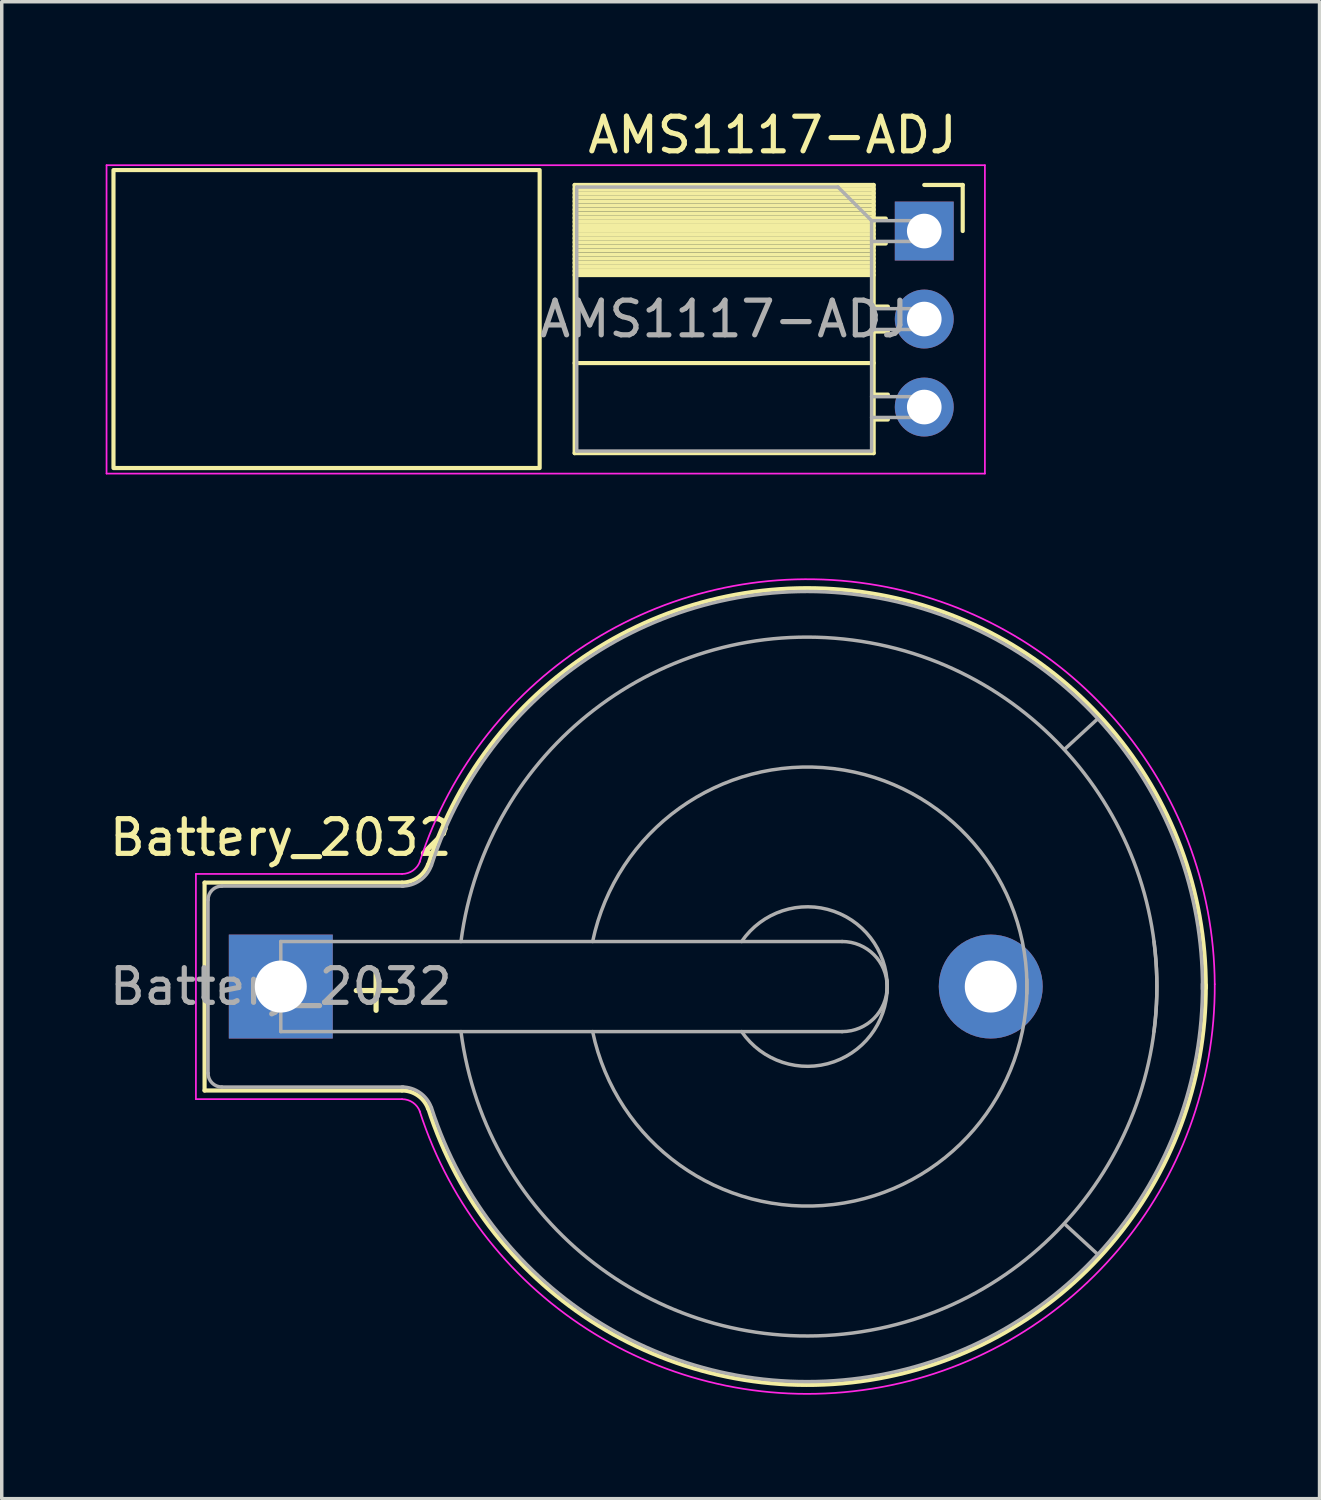
<source format=kicad_pcb>
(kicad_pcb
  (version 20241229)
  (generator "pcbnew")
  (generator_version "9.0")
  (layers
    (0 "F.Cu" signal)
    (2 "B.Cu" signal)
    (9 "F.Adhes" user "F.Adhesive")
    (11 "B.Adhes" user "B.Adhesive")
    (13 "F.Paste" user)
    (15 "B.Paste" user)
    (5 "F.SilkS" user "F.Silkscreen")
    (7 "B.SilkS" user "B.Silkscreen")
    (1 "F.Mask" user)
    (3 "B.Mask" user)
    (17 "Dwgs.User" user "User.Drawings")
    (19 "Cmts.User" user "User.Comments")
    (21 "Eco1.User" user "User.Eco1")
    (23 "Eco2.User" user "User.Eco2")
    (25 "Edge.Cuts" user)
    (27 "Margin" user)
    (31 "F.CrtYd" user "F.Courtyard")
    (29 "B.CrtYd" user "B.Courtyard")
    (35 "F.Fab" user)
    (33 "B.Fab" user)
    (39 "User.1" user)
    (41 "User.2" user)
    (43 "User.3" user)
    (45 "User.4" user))
  (footprint "Battery_2032"
    (layer "F.Cu")
    (at 5.054 25.423)
    (property "Reference" "Battery_2032" (at 0 -4.3 180) (layer "F.SilkS") (effects (font (size 1 1) (thickness 0.15))))
    (attr through_hole)
    (fp_line (start -2.2 -3) (end 3.5 -3) (stroke (width 0.12) (type solid)) (layer "F.SilkS"))
    (fp_line (start -2.2 3) (end -2.2 -3) (stroke (width 0.12) (type solid)) (layer "F.SilkS"))
    (fp_line (start -2.2 3) (end 3.5 3) (stroke (width 0.12) (type solid)) (layer "F.SilkS"))
    (fp_arc (start 3.5 3) (mid 3.958861 3.144678) (end 4.251754 3.526384) (stroke (width 0.12) (type solid)) (layer "F.SilkS"))
    (fp_arc (start 4.25 -3.5) (mid 16.993514 -11.35499) (end 26.695671 0.045281) (stroke (width 0.12) (type solid)) (layer "F.SilkS"))
    (fp_arc (start 4.251754 -3.526384) (mid 3.958861 -3.144678) (end 3.5 -3) (stroke (width 0.12) (type solid)) (layer "F.SilkS"))
    (fp_arc (start 26.695671 -0.045281) (mid 16.993514 11.35499) (end 4.25 3.5) (stroke (width 0.12) (type solid)) (layer "F.SilkS"))
    (fp_line (start -2.45 -3.25) (end 3.5 -3.25) (stroke (width 0.05) (type solid)) (layer "F.CrtYd"))
    (fp_line (start -2.45 3.25) (end -2.45 -3.25) (stroke (width 0.05) (type solid)) (layer "F.CrtYd"))
    (fp_line (start -2.45 3.25) (end 3.5 3.25) (stroke (width 0.05) (type solid)) (layer "F.CrtYd"))
    (fp_arc (start 3.5 3.25) (mid 3.815467 3.349466) (end 4.016831 3.611889) (stroke (width 0.05) (type solid)) (layer "F.CrtYd"))
    (fp_arc (start 4.01 -3.6) (mid 16.988185 -11.618024) (end 26.954634 -0.068483) (stroke (width 0.05) (type solid)) (layer "F.CrtYd"))
    (fp_arc (start 4.016831 -3.611889) (mid 3.815467 -3.349466) (end 3.5 -3.25) (stroke (width 0.05) (type solid)) (layer "F.CrtYd"))
    (fp_arc (start 26.954634 -0.068483) (mid 17.055841 11.60741) (end 4.01 3.6) (stroke (width 0.05) (type solid)) (layer "F.CrtYd"))
    (fp_line (start -2.1 -2.5) (end -2.1 2.5) (stroke (width 0.1) (type solid)) (layer "F.Fab"))
    (fp_line (start -1.7 2.9) (end 3.531 2.9) (stroke (width 0.1) (type solid)) (layer "F.Fab"))
    (fp_line (start 0 -1.3) (end 0 1.3) (stroke (width 0.1) (type solid)) (layer "F.Fab"))
    (fp_line (start 0 1.3) (end 16.2 1.3) (stroke (width 0.1) (type solid)) (layer "F.Fab"))
    (fp_line (start 3.531 -2.9) (end -1.7 -2.9) (stroke (width 0.1) (type solid)) (layer "F.Fab"))
    (fp_line (start 16.2 -1.3) (end 0 -1.3) (stroke (width 0.1) (type solid)) (layer "F.Fab"))
    (fp_line (start 23.571 -7.722) (end 22.631 -6.858) (stroke (width 0.1) (type solid)) (layer "F.Fab"))
    (fp_line (start 23.571 7.722) (end 22.657 6.883) (stroke (width 0.1) (type solid)) (layer "F.Fab"))
    (fp_arc (start -2.1 -2.5) (mid -1.982843 -2.782843) (end -1.7 -2.9) (stroke (width 0.1) (type solid)) (layer "F.Fab"))
    (fp_arc (start -1.7 2.9) (mid -1.982843 2.782843) (end -2.1 2.5) (stroke (width 0.1) (type solid)) (layer "F.Fab"))
    (fp_arc (start 3.5 2.9) (mid 4.016219 3.062763) (end 4.345723 3.492182) (stroke (width 0.1) (type solid)) (layer "F.Fab"))
    (fp_arc (start 4.345723 -3.492182) (mid 4.016219 -3.062763) (end 3.5 -2.9) (stroke (width 0.1) (type solid)) (layer "F.Fab"))
    (fp_arc (start 4.35 -3.5) (mid 17.008726 -11.256154) (end 26.600299 0.075351) (stroke (width 0.1) (type solid)) (layer "F.Fab"))
    (fp_arc (start 5.2 -1.3) (mid 16.5 -10) (end 25.2 1.3) (stroke (width 0.1) (type solid)) (layer "F.Fab"))
    (fp_arc (start 9 -1.3) (mid 15.954687 -6.28971) (end 21.531551 0.203631) (stroke (width 0.1) (type solid)) (layer "F.Fab"))
    (fp_arc (start 13.3 -1.3) (mid 15.963947 -2.171724) (end 17.495448 0.175833) (stroke (width 0.1) (type solid)) (layer "F.Fab"))
    (fp_arc (start 16.2 -1.3) (mid 17.5 0) (end 16.2 1.3) (stroke (width 0.1) (type solid)) (layer "F.Fab"))
    (fp_arc (start 17.495448 -0.175833) (mid 15.963947 2.171724) (end 13.3 1.3) (stroke (width 0.1) (type solid)) (layer "F.Fab"))
    (fp_arc (start 21.531551 -0.203631) (mid 15.954687 6.28971) (end 9 1.3) (stroke (width 0.1) (type solid)) (layer "F.Fab"))
    (fp_arc (start 25.2 -1.3) (mid 16.5 10) (end 5.2 1.3) (stroke (width 0.1) (type solid)) (layer "F.Fab"))
    (fp_arc (start 26.600299 -0.075351) (mid 17.008726 11.256154) (end 4.35 3.5) (stroke (width 0.1) (type solid)) (layer "F.Fab"))
    (fp_text user "+" (at 2.75 0 180) (layer "F.SilkS") (effects (font (size 1.5 1.5) (thickness 0.15))))
    (fp_text user "${REFERENCE}" (at 0 0 180) (layer "F.Fab") (effects (font (size 1 1) (thickness 0.15))))
    (pad "1" thru_hole rect (at 0 0) (size 3 3) (drill 1.5) (layers "*.Cu" "*.Mask"))
    (pad "2" thru_hole circle (at 20.49 0) (size 3 3) (drill 1.5) (layers "*.Cu" "*.Mask")))
  (footprint "AMS1117-ADJ"
    (layer "F.Cu")
    (at 23.625 3.618)
    (property "Reference" "AMS1117-ADJ" (at -4.38 -2.77 0) (layer "F.SilkS") (effects (font (size 1 1) (thickness 0.15))))
    (attr through_hole)
    (fp_line (start -10.09 -1.33) (end -10.09 6.41) (stroke (width 0.12) (type solid)) (layer "F.SilkS"))
    (fp_line (start -10.09 -1.33) (end -1.46 -1.33) (stroke (width 0.12) (type solid)) (layer "F.SilkS"))
    (fp_line (start -10.09 -1.21) (end -1.46 -1.21) (stroke (width 0.12) (type solid)) (layer "F.SilkS"))
    (fp_line (start -10.09 -1.092) (end -1.46 -1.092) (stroke (width 0.12) (type solid)) (layer "F.SilkS"))
    (fp_line (start -10.09 -0.974) (end -1.46 -0.974) (stroke (width 0.12) (type solid)) (layer "F.SilkS"))
    (fp_line (start -10.09 -0.856) (end -1.46 -0.856) (stroke (width 0.12) (type solid)) (layer "F.SilkS"))
    (fp_line (start -10.09 -0.738) (end -1.46 -0.738) (stroke (width 0.12) (type solid)) (layer "F.SilkS"))
    (fp_line (start -10.09 -0.62) (end -1.46 -0.62) (stroke (width 0.12) (type solid)) (layer "F.SilkS"))
    (fp_line (start -10.09 -0.501) (end -1.46 -0.501) (stroke (width 0.12) (type solid)) (layer "F.SilkS"))
    (fp_line (start -10.09 -0.383) (end -1.46 -0.383) (stroke (width 0.12) (type solid)) (layer "F.SilkS"))
    (fp_line (start -10.09 -0.265) (end -1.46 -0.265) (stroke (width 0.12) (type solid)) (layer "F.SilkS"))
    (fp_line (start -10.09 -0.147) (end -1.46 -0.147) (stroke (width 0.12) (type solid)) (layer "F.SilkS"))
    (fp_line (start -10.09 -0.029) (end -1.46 -0.029) (stroke (width 0.12) (type solid)) (layer "F.SilkS"))
    (fp_line (start -10.09 0.089) (end -1.46 0.089) (stroke (width 0.12) (type solid)) (layer "F.SilkS"))
    (fp_line (start -10.09 0.207) (end -1.46 0.207) (stroke (width 0.12) (type solid)) (layer "F.SilkS"))
    (fp_line (start -10.09 0.325) (end -1.46 0.325) (stroke (width 0.12) (type solid)) (layer "F.SilkS"))
    (fp_line (start -10.09 0.443) (end -1.46 0.443) (stroke (width 0.12) (type solid)) (layer "F.SilkS"))
    (fp_line (start -10.09 0.561) (end -1.46 0.561) (stroke (width 0.12) (type solid)) (layer "F.SilkS"))
    (fp_line (start -10.09 0.68) (end -1.46 0.68) (stroke (width 0.12) (type solid)) (layer "F.SilkS"))
    (fp_line (start -10.09 0.798) (end -1.46 0.798) (stroke (width 0.12) (type solid)) (layer "F.SilkS"))
    (fp_line (start -10.09 0.916) (end -1.46 0.916) (stroke (width 0.12) (type solid)) (layer "F.SilkS"))
    (fp_line (start -10.09 1.034) (end -1.46 1.034) (stroke (width 0.12) (type solid)) (layer "F.SilkS"))
    (fp_line (start -10.09 1.152) (end -1.46 1.152) (stroke (width 0.12) (type solid)) (layer "F.SilkS"))
    (fp_line (start -10.09 1.27) (end -1.46 1.27) (stroke (width 0.12) (type solid)) (layer "F.SilkS"))
    (fp_line (start -10.09 3.81) (end -1.46 3.81) (stroke (width 0.12) (type solid)) (layer "F.SilkS"))
    (fp_line (start -10.09 6.41) (end -1.46 6.41) (stroke (width 0.12) (type solid)) (layer "F.SilkS"))
    (fp_line (start -1.46 -1.33) (end -1.46 6.41) (stroke (width 0.12) (type solid)) (layer "F.SilkS"))
    (fp_line (start -1.46 -0.36) (end -1.11 -0.36) (stroke (width 0.12) (type solid)) (layer "F.SilkS"))
    (fp_line (start -1.46 0.36) (end -1.11 0.36) (stroke (width 0.12) (type solid)) (layer "F.SilkS"))
    (fp_line (start -1.46 2.18) (end -1.05 2.18) (stroke (width 0.12) (type solid)) (layer "F.SilkS"))
    (fp_line (start -1.46 2.9) (end -1.05 2.9) (stroke (width 0.12) (type solid)) (layer "F.SilkS"))
    (fp_line (start -1.46 4.72) (end -1.05 4.72) (stroke (width 0.12) (type solid)) (layer "F.SilkS"))
    (fp_line (start -1.46 5.44) (end -1.05 5.44) (stroke (width 0.12) (type solid)) (layer "F.SilkS"))
    (fp_line (start 0 -1.33) (end 1.11 -1.33) (stroke (width 0.12) (type solid)) (layer "F.SilkS"))
    (fp_line (start 1.11 -1.33) (end 1.11 0) (stroke (width 0.12) (type solid)) (layer "F.SilkS"))
    (fp_rect (start -23.4 -1.76) (end -11.1 6.84) (stroke (width 0.12) (type solid)) (fill no) (layer "F.SilkS"))
    (fp_line (start -23.6 -1.9) (end -23.6 7) (stroke (width 0.05) (type solid)) (layer "F.CrtYd"))
    (fp_line (start -23.6 7) (end 1.75 7) (stroke (width 0.05) (type solid)) (layer "F.CrtYd"))
    (fp_line (start 1.75 -1.9) (end -23.6 -1.9) (stroke (width 0.05) (type solid)) (layer "F.CrtYd"))
    (fp_line (start 1.75 7) (end 1.75 -1.9) (stroke (width 0.05) (type solid)) (layer "F.CrtYd"))
    (fp_line (start -10.03 -1.27) (end -2.49 -1.27) (stroke (width 0.1) (type solid)) (layer "F.Fab"))
    (fp_line (start -10.03 6.35) (end -10.03 -1.27) (stroke (width 0.1) (type solid)) (layer "F.Fab"))
    (fp_line (start -2.49 -1.27) (end -1.52 -0.3) (stroke (width 0.1) (type solid)) (layer "F.Fab"))
    (fp_line (start -1.52 -0.3) (end -1.52 6.35) (stroke (width 0.1) (type solid)) (layer "F.Fab"))
    (fp_line (start -1.52 0.3) (end 0 0.3) (stroke (width 0.1) (type solid)) (layer "F.Fab"))
    (fp_line (start -1.52 2.84) (end 0 2.84) (stroke (width 0.1) (type solid)) (layer "F.Fab"))
    (fp_line (start -1.52 5.38) (end 0 5.38) (stroke (width 0.1) (type solid)) (layer "F.Fab"))
    (fp_line (start -1.52 6.35) (end -10.03 6.35) (stroke (width 0.1) (type solid)) (layer "F.Fab"))
    (fp_line (start 0 -0.3) (end -1.52 -0.3) (stroke (width 0.1) (type solid)) (layer "F.Fab"))
    (fp_line (start 0 0.3) (end 0 -0.3) (stroke (width 0.1) (type solid)) (layer "F.Fab"))
    (fp_line (start 0 2.24) (end -1.52 2.24) (stroke (width 0.1) (type solid)) (layer "F.Fab"))
    (fp_line (start 0 2.84) (end 0 2.24) (stroke (width 0.1) (type solid)) (layer "F.Fab"))
    (fp_line (start 0 4.78) (end -1.52 4.78) (stroke (width 0.1) (type solid)) (layer "F.Fab"))
    (fp_line (start 0 5.38) (end 0 4.78) (stroke (width 0.1) (type solid)) (layer "F.Fab"))
    (fp_text user "${REFERENCE}" (at -5.775 2.54 0) (layer "F.Fab") (effects (font (size 1 1) (thickness 0.15))))
    (pad "1" thru_hole rect (at 0 0) (size 1.7 1.7) (drill 1) (layers "*.Cu" "*.Mask"))
    (pad "2" thru_hole oval (at 0 2.54) (size 1.7 1.7) (drill 1) (layers "*.Cu" "*.Mask"))
    (pad "3" thru_hole oval (at 0 5.08) (size 1.7 1.7) (drill 1) (layers "*.Cu" "*.Mask")))
  (gr_rect
    (start -3 -3)
    (end 35.033 40.203)
    (stroke (width 0.1) (type default))
    (fill no)
    (layer "Edge.Cuts")))
</source>
